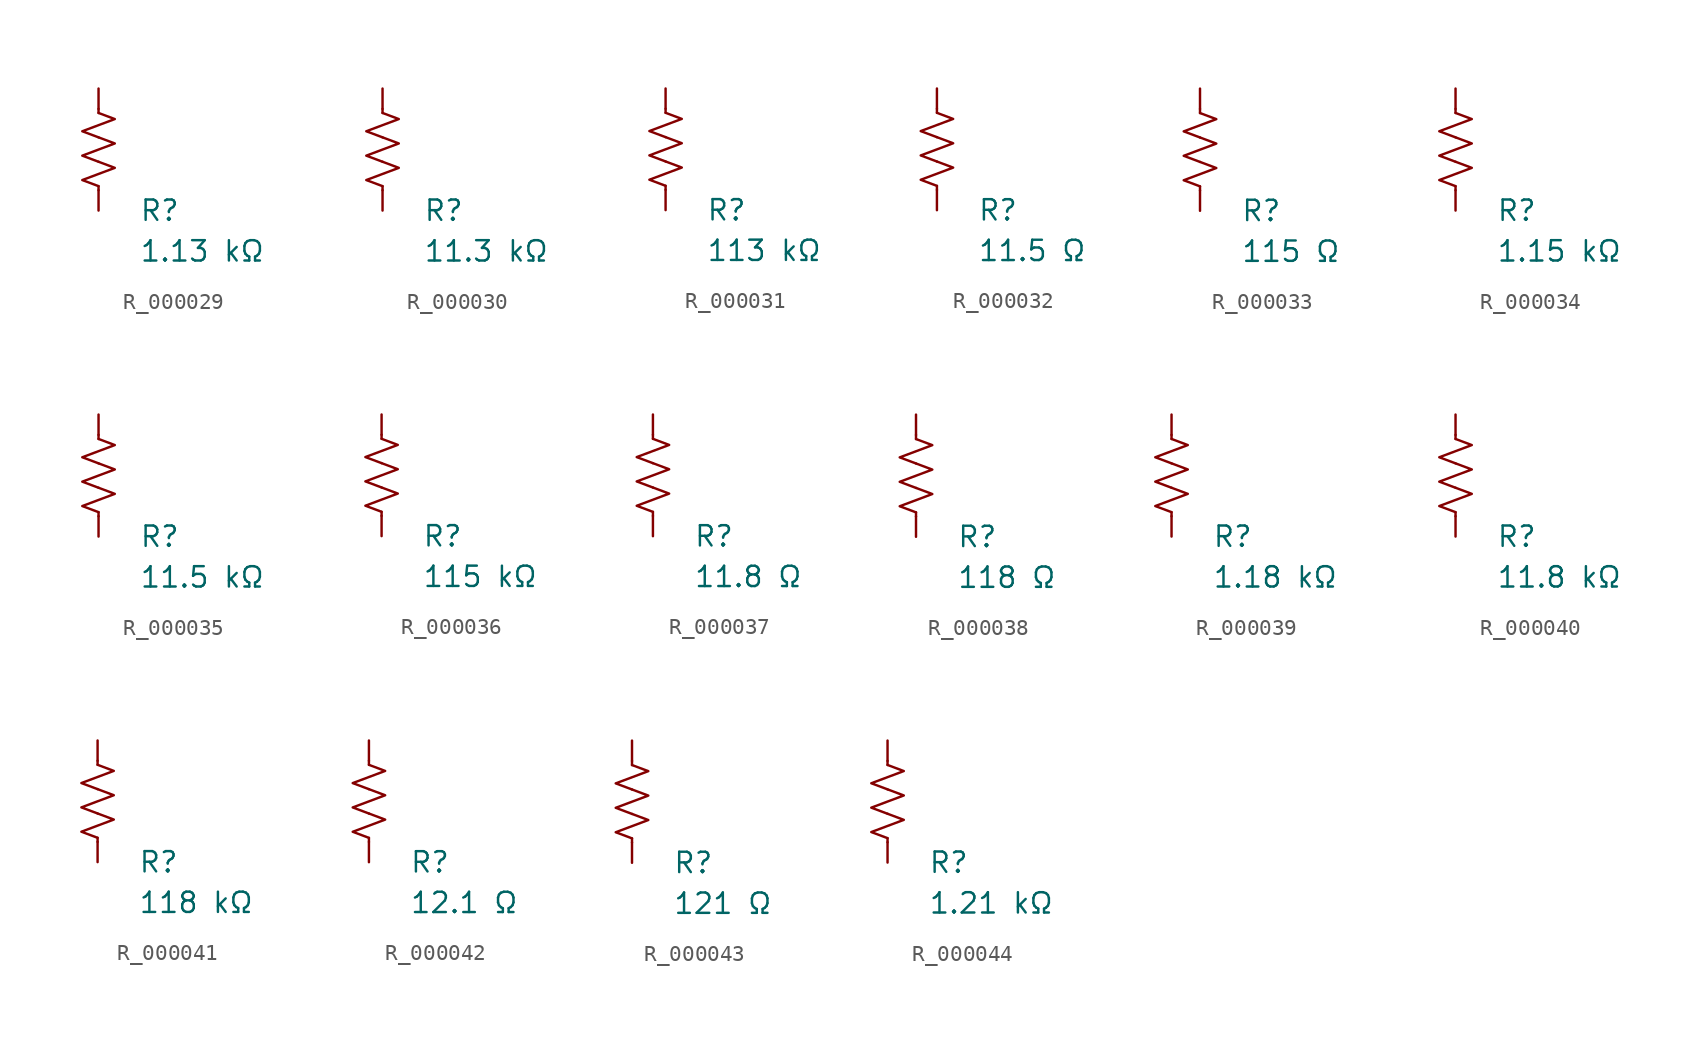
<source format=kicad_sym>
(kicad_symbol_lib
  (version 20231120)
  (generator "kicad_symbol_editor")
  (generator_version "8.0")
  (symbol "R_000029"
    (pin_numbers hide)
    (pin_names
      (offset 0))
    (property "Reference" "R"
      (at 2.54 -3.81 0)
      (effects (font (size 1.27 1.27)) (justify left))
      (show_name no))
    (property "Value" "1.13 kΩ"
      (at 2.54 -6.35 0)
      (effects (font (size 1.27 1.27)) (justify left))
      (show_name no))
    (symbol "R_000029_0_1"
      (polyline (pts (xy 0 -2.286) (xy 0 -2.54)) (stroke (width 0) (type default)) (fill (type none)))
      (polyline (pts (xy 0 2.286) (xy 0 2.54)) (stroke (width 0) (type default)) (fill (type none)))
      (polyline (pts (xy 0 -0.762) (xy 1.016 -1.143) (xy 0 -1.524) (xy -1.016 -1.905) (xy 0 -2.286)) (stroke (width 0) (type default)) (fill (type none)))
      (polyline (pts (xy 0 0.762) (xy 1.016 0.381) (xy 0 0) (xy -1.016 -0.381) (xy 0 -0.762)) (stroke (width 0) (type default)) (fill (type none)))
      (polyline (pts (xy 0 2.286) (xy 1.016 1.905) (xy 0 1.524) (xy -1.016 1.143) (xy 0 0.762)) (stroke (width 0) (type default)) (fill (type none))))
    (symbol "R_000029_1_1"
      (pin passive line (at 0 3.81 270) (length 1.27) (name "~" (effects (font (size 1.27 1.27)))) (number "1" (effects (font (size 1.27 1.27)))))
      (pin passive line (at 0 -3.81 90) (length 1.27) (name "~" (effects (font (size 1.27 1.27)))) (number "2" (effects (font (size 1.27 1.27)))))))
  (symbol "R_000030"
    (pin_numbers hide)
    (pin_names
      (offset 0))
    (property "Reference" "R"
      (at 2.54 -3.81 0)
      (effects (font (size 1.27 1.27)) (justify left))
      (show_name no))
    (property "Value" "11.3 kΩ"
      (at 2.54 -6.35 0)
      (effects (font (size 1.27 1.27)) (justify left))
      (show_name no))
    (symbol "R_000030_0_1"
      (polyline (pts (xy 0 -2.286) (xy 0 -2.54)) (stroke (width 0) (type default)) (fill (type none)))
      (polyline (pts (xy 0 2.286) (xy 0 2.54)) (stroke (width 0) (type default)) (fill (type none)))
      (polyline (pts (xy 0 -0.762) (xy 1.016 -1.143) (xy 0 -1.524) (xy -1.016 -1.905) (xy 0 -2.286)) (stroke (width 0) (type default)) (fill (type none)))
      (polyline (pts (xy 0 0.762) (xy 1.016 0.381) (xy 0 0) (xy -1.016 -0.381) (xy 0 -0.762)) (stroke (width 0) (type default)) (fill (type none)))
      (polyline (pts (xy 0 2.286) (xy 1.016 1.905) (xy 0 1.524) (xy -1.016 1.143) (xy 0 0.762)) (stroke (width 0) (type default)) (fill (type none))))
    (symbol "R_000030_1_1"
      (pin passive line (at 0 3.81 270) (length 1.27) (name "~" (effects (font (size 1.27 1.27)))) (number "1" (effects (font (size 1.27 1.27)))))
      (pin passive line (at 0 -3.81 90) (length 1.27) (name "~" (effects (font (size 1.27 1.27)))) (number "2" (effects (font (size 1.27 1.27)))))))
  (symbol "R_000031"
    (pin_numbers hide)
    (pin_names
      (offset 0))
    (property "Reference" "R"
      (at 2.54 -3.81 0)
      (effects (font (size 1.27 1.27)) (justify left))
      (show_name no))
    (property "Value" "113 kΩ"
      (at 2.54 -6.35 0)
      (effects (font (size 1.27 1.27)) (justify left))
      (show_name no))
    (symbol "R_000031_0_1"
      (polyline (pts (xy 0 -2.286) (xy 0 -2.54)) (stroke (width 0) (type default)) (fill (type none)))
      (polyline (pts (xy 0 2.286) (xy 0 2.54)) (stroke (width 0) (type default)) (fill (type none)))
      (polyline (pts (xy 0 -0.762) (xy 1.016 -1.143) (xy 0 -1.524) (xy -1.016 -1.905) (xy 0 -2.286)) (stroke (width 0) (type default)) (fill (type none)))
      (polyline (pts (xy 0 0.762) (xy 1.016 0.381) (xy 0 0) (xy -1.016 -0.381) (xy 0 -0.762)) (stroke (width 0) (type default)) (fill (type none)))
      (polyline (pts (xy 0 2.286) (xy 1.016 1.905) (xy 0 1.524) (xy -1.016 1.143) (xy 0 0.762)) (stroke (width 0) (type default)) (fill (type none))))
    (symbol "R_000031_1_1"
      (pin passive line (at 0 3.81 270) (length 1.27) (name "~" (effects (font (size 1.27 1.27)))) (number "1" (effects (font (size 1.27 1.27)))))
      (pin passive line (at 0 -3.81 90) (length 1.27) (name "~" (effects (font (size 1.27 1.27)))) (number "2" (effects (font (size 1.27 1.27)))))))
  (symbol "R_000032"
    (pin_numbers hide)
    (pin_names
      (offset 0))
    (property "Reference" "R"
      (at 2.54 -3.81 0)
      (effects (font (size 1.27 1.27)) (justify left))
      (show_name no))
    (property "Value" "11.5 Ω"
      (at 2.54 -6.35 0)
      (effects (font (size 1.27 1.27)) (justify left))
      (show_name no))
    (symbol "R_000032_0_1"
      (polyline (pts (xy 0 -2.286) (xy 0 -2.54)) (stroke (width 0) (type default)) (fill (type none)))
      (polyline (pts (xy 0 2.286) (xy 0 2.54)) (stroke (width 0) (type default)) (fill (type none)))
      (polyline (pts (xy 0 -0.762) (xy 1.016 -1.143) (xy 0 -1.524) (xy -1.016 -1.905) (xy 0 -2.286)) (stroke (width 0) (type default)) (fill (type none)))
      (polyline (pts (xy 0 0.762) (xy 1.016 0.381) (xy 0 0) (xy -1.016 -0.381) (xy 0 -0.762)) (stroke (width 0) (type default)) (fill (type none)))
      (polyline (pts (xy 0 2.286) (xy 1.016 1.905) (xy 0 1.524) (xy -1.016 1.143) (xy 0 0.762)) (stroke (width 0) (type default)) (fill (type none))))
    (symbol "R_000032_1_1"
      (pin passive line (at 0 3.81 270) (length 1.27) (name "~" (effects (font (size 1.27 1.27)))) (number "1" (effects (font (size 1.27 1.27)))))
      (pin passive line (at 0 -3.81 90) (length 1.27) (name "~" (effects (font (size 1.27 1.27)))) (number "2" (effects (font (size 1.27 1.27)))))))
  (symbol "R_000033"
    (pin_numbers hide)
    (pin_names
      (offset 0))
    (property "Reference" "R"
      (at 2.54 -3.81 0)
      (effects (font (size 1.27 1.27)) (justify left))
      (show_name no))
    (property "Value" "115 Ω"
      (at 2.54 -6.35 0)
      (effects (font (size 1.27 1.27)) (justify left))
      (show_name no))
    (symbol "R_000033_0_1"
      (polyline (pts (xy 0 -2.286) (xy 0 -2.54)) (stroke (width 0) (type default)) (fill (type none)))
      (polyline (pts (xy 0 2.286) (xy 0 2.54)) (stroke (width 0) (type default)) (fill (type none)))
      (polyline (pts (xy 0 -0.762) (xy 1.016 -1.143) (xy 0 -1.524) (xy -1.016 -1.905) (xy 0 -2.286)) (stroke (width 0) (type default)) (fill (type none)))
      (polyline (pts (xy 0 0.762) (xy 1.016 0.381) (xy 0 0) (xy -1.016 -0.381) (xy 0 -0.762)) (stroke (width 0) (type default)) (fill (type none)))
      (polyline (pts (xy 0 2.286) (xy 1.016 1.905) (xy 0 1.524) (xy -1.016 1.143) (xy 0 0.762)) (stroke (width 0) (type default)) (fill (type none))))
    (symbol "R_000033_1_1"
      (pin passive line (at 0 3.81 270) (length 1.27) (name "~" (effects (font (size 1.27 1.27)))) (number "1" (effects (font (size 1.27 1.27)))))
      (pin passive line (at 0 -3.81 90) (length 1.27) (name "~" (effects (font (size 1.27 1.27)))) (number "2" (effects (font (size 1.27 1.27)))))))
  (symbol "R_000034"
    (pin_numbers hide)
    (pin_names
      (offset 0))
    (property "Reference" "R"
      (at 2.54 -3.81 0)
      (effects (font (size 1.27 1.27)) (justify left))
      (show_name no))
    (property "Value" "1.15 kΩ"
      (at 2.54 -6.35 0)
      (effects (font (size 1.27 1.27)) (justify left))
      (show_name no))
    (symbol "R_000034_0_1"
      (polyline (pts (xy 0 -2.286) (xy 0 -2.54)) (stroke (width 0) (type default)) (fill (type none)))
      (polyline (pts (xy 0 2.286) (xy 0 2.54)) (stroke (width 0) (type default)) (fill (type none)))
      (polyline (pts (xy 0 -0.762) (xy 1.016 -1.143) (xy 0 -1.524) (xy -1.016 -1.905) (xy 0 -2.286)) (stroke (width 0) (type default)) (fill (type none)))
      (polyline (pts (xy 0 0.762) (xy 1.016 0.381) (xy 0 0) (xy -1.016 -0.381) (xy 0 -0.762)) (stroke (width 0) (type default)) (fill (type none)))
      (polyline (pts (xy 0 2.286) (xy 1.016 1.905) (xy 0 1.524) (xy -1.016 1.143) (xy 0 0.762)) (stroke (width 0) (type default)) (fill (type none))))
    (symbol "R_000034_1_1"
      (pin passive line (at 0 3.81 270) (length 1.27) (name "~" (effects (font (size 1.27 1.27)))) (number "1" (effects (font (size 1.27 1.27)))))
      (pin passive line (at 0 -3.81 90) (length 1.27) (name "~" (effects (font (size 1.27 1.27)))) (number "2" (effects (font (size 1.27 1.27)))))))
  (symbol "R_000035"
    (pin_numbers hide)
    (pin_names
      (offset 0))
    (property "Reference" "R"
      (at 2.54 -3.81 0)
      (effects (font (size 1.27 1.27)) (justify left))
      (show_name no))
    (property "Value" "11.5 kΩ"
      (at 2.54 -6.35 0)
      (effects (font (size 1.27 1.27)) (justify left))
      (show_name no))
    (symbol "R_000035_0_1"
      (polyline (pts (xy 0 -2.286) (xy 0 -2.54)) (stroke (width 0) (type default)) (fill (type none)))
      (polyline (pts (xy 0 2.286) (xy 0 2.54)) (stroke (width 0) (type default)) (fill (type none)))
      (polyline (pts (xy 0 -0.762) (xy 1.016 -1.143) (xy 0 -1.524) (xy -1.016 -1.905) (xy 0 -2.286)) (stroke (width 0) (type default)) (fill (type none)))
      (polyline (pts (xy 0 0.762) (xy 1.016 0.381) (xy 0 0) (xy -1.016 -0.381) (xy 0 -0.762)) (stroke (width 0) (type default)) (fill (type none)))
      (polyline (pts (xy 0 2.286) (xy 1.016 1.905) (xy 0 1.524) (xy -1.016 1.143) (xy 0 0.762)) (stroke (width 0) (type default)) (fill (type none))))
    (symbol "R_000035_1_1"
      (pin passive line (at 0 3.81 270) (length 1.27) (name "~" (effects (font (size 1.27 1.27)))) (number "1" (effects (font (size 1.27 1.27)))))
      (pin passive line (at 0 -3.81 90) (length 1.27) (name "~" (effects (font (size 1.27 1.27)))) (number "2" (effects (font (size 1.27 1.27)))))))
  (symbol "R_000036"
    (pin_numbers hide)
    (pin_names
      (offset 0))
    (property "Reference" "R"
      (at 2.54 -3.81 0)
      (effects (font (size 1.27 1.27)) (justify left))
      (show_name no))
    (property "Value" "115 kΩ"
      (at 2.54 -6.35 0)
      (effects (font (size 1.27 1.27)) (justify left))
      (show_name no))
    (symbol "R_000036_0_1"
      (polyline (pts (xy 0 -2.286) (xy 0 -2.54)) (stroke (width 0) (type default)) (fill (type none)))
      (polyline (pts (xy 0 2.286) (xy 0 2.54)) (stroke (width 0) (type default)) (fill (type none)))
      (polyline (pts (xy 0 -0.762) (xy 1.016 -1.143) (xy 0 -1.524) (xy -1.016 -1.905) (xy 0 -2.286)) (stroke (width 0) (type default)) (fill (type none)))
      (polyline (pts (xy 0 0.762) (xy 1.016 0.381) (xy 0 0) (xy -1.016 -0.381) (xy 0 -0.762)) (stroke (width 0) (type default)) (fill (type none)))
      (polyline (pts (xy 0 2.286) (xy 1.016 1.905) (xy 0 1.524) (xy -1.016 1.143) (xy 0 0.762)) (stroke (width 0) (type default)) (fill (type none))))
    (symbol "R_000036_1_1"
      (pin passive line (at 0 3.81 270) (length 1.27) (name "~" (effects (font (size 1.27 1.27)))) (number "1" (effects (font (size 1.27 1.27)))))
      (pin passive line (at 0 -3.81 90) (length 1.27) (name "~" (effects (font (size 1.27 1.27)))) (number "2" (effects (font (size 1.27 1.27)))))))
  (symbol "R_000037"
    (pin_numbers hide)
    (pin_names
      (offset 0))
    (property "Reference" "R"
      (at 2.54 -3.81 0)
      (effects (font (size 1.27 1.27)) (justify left))
      (show_name no))
    (property "Value" "11.8 Ω"
      (at 2.54 -6.35 0)
      (effects (font (size 1.27 1.27)) (justify left))
      (show_name no))
    (symbol "R_000037_0_1"
      (polyline (pts (xy 0 -2.286) (xy 0 -2.54)) (stroke (width 0) (type default)) (fill (type none)))
      (polyline (pts (xy 0 2.286) (xy 0 2.54)) (stroke (width 0) (type default)) (fill (type none)))
      (polyline (pts (xy 0 -0.762) (xy 1.016 -1.143) (xy 0 -1.524) (xy -1.016 -1.905) (xy 0 -2.286)) (stroke (width 0) (type default)) (fill (type none)))
      (polyline (pts (xy 0 0.762) (xy 1.016 0.381) (xy 0 0) (xy -1.016 -0.381) (xy 0 -0.762)) (stroke (width 0) (type default)) (fill (type none)))
      (polyline (pts (xy 0 2.286) (xy 1.016 1.905) (xy 0 1.524) (xy -1.016 1.143) (xy 0 0.762)) (stroke (width 0) (type default)) (fill (type none))))
    (symbol "R_000037_1_1"
      (pin passive line (at 0 3.81 270) (length 1.27) (name "~" (effects (font (size 1.27 1.27)))) (number "1" (effects (font (size 1.27 1.27)))))
      (pin passive line (at 0 -3.81 90) (length 1.27) (name "~" (effects (font (size 1.27 1.27)))) (number "2" (effects (font (size 1.27 1.27)))))))
  (symbol "R_000038"
    (pin_numbers hide)
    (pin_names
      (offset 0))
    (property "Reference" "R"
      (at 2.54 -3.81 0)
      (effects (font (size 1.27 1.27)) (justify left))
      (show_name no))
    (property "Value" "118 Ω"
      (at 2.54 -6.35 0)
      (effects (font (size 1.27 1.27)) (justify left))
      (show_name no))
    (symbol "R_000038_0_1"
      (polyline (pts (xy 0 -2.286) (xy 0 -2.54)) (stroke (width 0) (type default)) (fill (type none)))
      (polyline (pts (xy 0 2.286) (xy 0 2.54)) (stroke (width 0) (type default)) (fill (type none)))
      (polyline (pts (xy 0 -0.762) (xy 1.016 -1.143) (xy 0 -1.524) (xy -1.016 -1.905) (xy 0 -2.286)) (stroke (width 0) (type default)) (fill (type none)))
      (polyline (pts (xy 0 0.762) (xy 1.016 0.381) (xy 0 0) (xy -1.016 -0.381) (xy 0 -0.762)) (stroke (width 0) (type default)) (fill (type none)))
      (polyline (pts (xy 0 2.286) (xy 1.016 1.905) (xy 0 1.524) (xy -1.016 1.143) (xy 0 0.762)) (stroke (width 0) (type default)) (fill (type none))))
    (symbol "R_000038_1_1"
      (pin passive line (at 0 3.81 270) (length 1.27) (name "~" (effects (font (size 1.27 1.27)))) (number "1" (effects (font (size 1.27 1.27)))))
      (pin passive line (at 0 -3.81 90) (length 1.27) (name "~" (effects (font (size 1.27 1.27)))) (number "2" (effects (font (size 1.27 1.27)))))))
  (symbol "R_000039"
    (pin_numbers hide)
    (pin_names
      (offset 0))
    (property "Reference" "R"
      (at 2.54 -3.81 0)
      (effects (font (size 1.27 1.27)) (justify left))
      (show_name no))
    (property "Value" "1.18 kΩ"
      (at 2.54 -6.35 0)
      (effects (font (size 1.27 1.27)) (justify left))
      (show_name no))
    (symbol "R_000039_0_1"
      (polyline (pts (xy 0 -2.286) (xy 0 -2.54)) (stroke (width 0) (type default)) (fill (type none)))
      (polyline (pts (xy 0 2.286) (xy 0 2.54)) (stroke (width 0) (type default)) (fill (type none)))
      (polyline (pts (xy 0 -0.762) (xy 1.016 -1.143) (xy 0 -1.524) (xy -1.016 -1.905) (xy 0 -2.286)) (stroke (width 0) (type default)) (fill (type none)))
      (polyline (pts (xy 0 0.762) (xy 1.016 0.381) (xy 0 0) (xy -1.016 -0.381) (xy 0 -0.762)) (stroke (width 0) (type default)) (fill (type none)))
      (polyline (pts (xy 0 2.286) (xy 1.016 1.905) (xy 0 1.524) (xy -1.016 1.143) (xy 0 0.762)) (stroke (width 0) (type default)) (fill (type none))))
    (symbol "R_000039_1_1"
      (pin passive line (at 0 3.81 270) (length 1.27) (name "~" (effects (font (size 1.27 1.27)))) (number "1" (effects (font (size 1.27 1.27)))))
      (pin passive line (at 0 -3.81 90) (length 1.27) (name "~" (effects (font (size 1.27 1.27)))) (number "2" (effects (font (size 1.27 1.27)))))))
  (symbol "R_000040"
    (pin_numbers hide)
    (pin_names
      (offset 0))
    (property "Reference" "R"
      (at 2.54 -3.81 0)
      (effects (font (size 1.27 1.27)) (justify left))
      (show_name no))
    (property "Value" "11.8 kΩ"
      (at 2.54 -6.35 0)
      (effects (font (size 1.27 1.27)) (justify left))
      (show_name no))
    (symbol "R_000040_0_1"
      (polyline (pts (xy 0 -2.286) (xy 0 -2.54)) (stroke (width 0) (type default)) (fill (type none)))
      (polyline (pts (xy 0 2.286) (xy 0 2.54)) (stroke (width 0) (type default)) (fill (type none)))
      (polyline (pts (xy 0 -0.762) (xy 1.016 -1.143) (xy 0 -1.524) (xy -1.016 -1.905) (xy 0 -2.286)) (stroke (width 0) (type default)) (fill (type none)))
      (polyline (pts (xy 0 0.762) (xy 1.016 0.381) (xy 0 0) (xy -1.016 -0.381) (xy 0 -0.762)) (stroke (width 0) (type default)) (fill (type none)))
      (polyline (pts (xy 0 2.286) (xy 1.016 1.905) (xy 0 1.524) (xy -1.016 1.143) (xy 0 0.762)) (stroke (width 0) (type default)) (fill (type none))))
    (symbol "R_000040_1_1"
      (pin passive line (at 0 3.81 270) (length 1.27) (name "~" (effects (font (size 1.27 1.27)))) (number "1" (effects (font (size 1.27 1.27)))))
      (pin passive line (at 0 -3.81 90) (length 1.27) (name "~" (effects (font (size 1.27 1.27)))) (number "2" (effects (font (size 1.27 1.27)))))))
  (symbol "R_000041"
    (pin_numbers hide)
    (pin_names
      (offset 0))
    (property "Reference" "R"
      (at 2.54 -3.81 0)
      (effects (font (size 1.27 1.27)) (justify left))
      (show_name no))
    (property "Value" "118 kΩ"
      (at 2.54 -6.35 0)
      (effects (font (size 1.27 1.27)) (justify left))
      (show_name no))
    (symbol "R_000041_0_1"
      (polyline (pts (xy 0 -2.286) (xy 0 -2.54)) (stroke (width 0) (type default)) (fill (type none)))
      (polyline (pts (xy 0 2.286) (xy 0 2.54)) (stroke (width 0) (type default)) (fill (type none)))
      (polyline (pts (xy 0 -0.762) (xy 1.016 -1.143) (xy 0 -1.524) (xy -1.016 -1.905) (xy 0 -2.286)) (stroke (width 0) (type default)) (fill (type none)))
      (polyline (pts (xy 0 0.762) (xy 1.016 0.381) (xy 0 0) (xy -1.016 -0.381) (xy 0 -0.762)) (stroke (width 0) (type default)) (fill (type none)))
      (polyline (pts (xy 0 2.286) (xy 1.016 1.905) (xy 0 1.524) (xy -1.016 1.143) (xy 0 0.762)) (stroke (width 0) (type default)) (fill (type none))))
    (symbol "R_000041_1_1"
      (pin passive line (at 0 3.81 270) (length 1.27) (name "~" (effects (font (size 1.27 1.27)))) (number "1" (effects (font (size 1.27 1.27)))))
      (pin passive line (at 0 -3.81 90) (length 1.27) (name "~" (effects (font (size 1.27 1.27)))) (number "2" (effects (font (size 1.27 1.27)))))))
  (symbol "R_000042"
    (pin_numbers hide)
    (pin_names
      (offset 0))
    (property "Reference" "R"
      (at 2.54 -3.81 0)
      (effects (font (size 1.27 1.27)) (justify left))
      (show_name no))
    (property "Value" "12.1 Ω"
      (at 2.54 -6.35 0)
      (effects (font (size 1.27 1.27)) (justify left))
      (show_name no))
    (symbol "R_000042_0_1"
      (polyline (pts (xy 0 -2.286) (xy 0 -2.54)) (stroke (width 0) (type default)) (fill (type none)))
      (polyline (pts (xy 0 2.286) (xy 0 2.54)) (stroke (width 0) (type default)) (fill (type none)))
      (polyline (pts (xy 0 -0.762) (xy 1.016 -1.143) (xy 0 -1.524) (xy -1.016 -1.905) (xy 0 -2.286)) (stroke (width 0) (type default)) (fill (type none)))
      (polyline (pts (xy 0 0.762) (xy 1.016 0.381) (xy 0 0) (xy -1.016 -0.381) (xy 0 -0.762)) (stroke (width 0) (type default)) (fill (type none)))
      (polyline (pts (xy 0 2.286) (xy 1.016 1.905) (xy 0 1.524) (xy -1.016 1.143) (xy 0 0.762)) (stroke (width 0) (type default)) (fill (type none))))
    (symbol "R_000042_1_1"
      (pin passive line (at 0 3.81 270) (length 1.27) (name "~" (effects (font (size 1.27 1.27)))) (number "1" (effects (font (size 1.27 1.27)))))
      (pin passive line (at 0 -3.81 90) (length 1.27) (name "~" (effects (font (size 1.27 1.27)))) (number "2" (effects (font (size 1.27 1.27)))))))
  (symbol "R_000043"
    (pin_numbers hide)
    (pin_names
      (offset 0))
    (property "Reference" "R"
      (at 2.54 -3.81 0)
      (effects (font (size 1.27 1.27)) (justify left))
      (show_name no))
    (property "Value" "121 Ω"
      (at 2.54 -6.35 0)
      (effects (font (size 1.27 1.27)) (justify left))
      (show_name no))
    (symbol "R_000043_0_1"
      (polyline (pts (xy 0 -2.286) (xy 0 -2.54)) (stroke (width 0) (type default)) (fill (type none)))
      (polyline (pts (xy 0 2.286) (xy 0 2.54)) (stroke (width 0) (type default)) (fill (type none)))
      (polyline (pts (xy 0 -0.762) (xy 1.016 -1.143) (xy 0 -1.524) (xy -1.016 -1.905) (xy 0 -2.286)) (stroke (width 0) (type default)) (fill (type none)))
      (polyline (pts (xy 0 0.762) (xy 1.016 0.381) (xy 0 0) (xy -1.016 -0.381) (xy 0 -0.762)) (stroke (width 0) (type default)) (fill (type none)))
      (polyline (pts (xy 0 2.286) (xy 1.016 1.905) (xy 0 1.524) (xy -1.016 1.143) (xy 0 0.762)) (stroke (width 0) (type default)) (fill (type none))))
    (symbol "R_000043_1_1"
      (pin passive line (at 0 3.81 270) (length 1.27) (name "~" (effects (font (size 1.27 1.27)))) (number "1" (effects (font (size 1.27 1.27)))))
      (pin passive line (at 0 -3.81 90) (length 1.27) (name "~" (effects (font (size 1.27 1.27)))) (number "2" (effects (font (size 1.27 1.27)))))))
  (symbol "R_000044"
    (pin_numbers hide)
    (pin_names
      (offset 0))
    (property "Reference" "R"
      (at 2.54 -3.81 0)
      (effects (font (size 1.27 1.27)) (justify left))
      (show_name no))
    (property "Value" "1.21 kΩ"
      (at 2.54 -6.35 0)
      (effects (font (size 1.27 1.27)) (justify left))
      (show_name no))
    (symbol "R_000044_0_1"
      (polyline (pts (xy 0 -2.286) (xy 0 -2.54)) (stroke (width 0) (type default)) (fill (type none)))
      (polyline (pts (xy 0 2.286) (xy 0 2.54)) (stroke (width 0) (type default)) (fill (type none)))
      (polyline (pts (xy 0 -0.762) (xy 1.016 -1.143) (xy 0 -1.524) (xy -1.016 -1.905) (xy 0 -2.286)) (stroke (width 0) (type default)) (fill (type none)))
      (polyline (pts (xy 0 0.762) (xy 1.016 0.381) (xy 0 0) (xy -1.016 -0.381) (xy 0 -0.762)) (stroke (width 0) (type default)) (fill (type none)))
      (polyline (pts (xy 0 2.286) (xy 1.016 1.905) (xy 0 1.524) (xy -1.016 1.143) (xy 0 0.762)) (stroke (width 0) (type default)) (fill (type none))))
    (symbol "R_000044_1_1"
      (pin passive line (at 0 3.81 270) (length 1.27) (name "~" (effects (font (size 1.27 1.27)))) (number "1" (effects (font (size 1.27 1.27)))))
      (pin passive line (at 0 -3.81 90) (length 1.27) (name "~" (effects (font (size 1.27 1.27)))) (number "2" (effects (font (size 1.27 1.27))))))))
</source>
